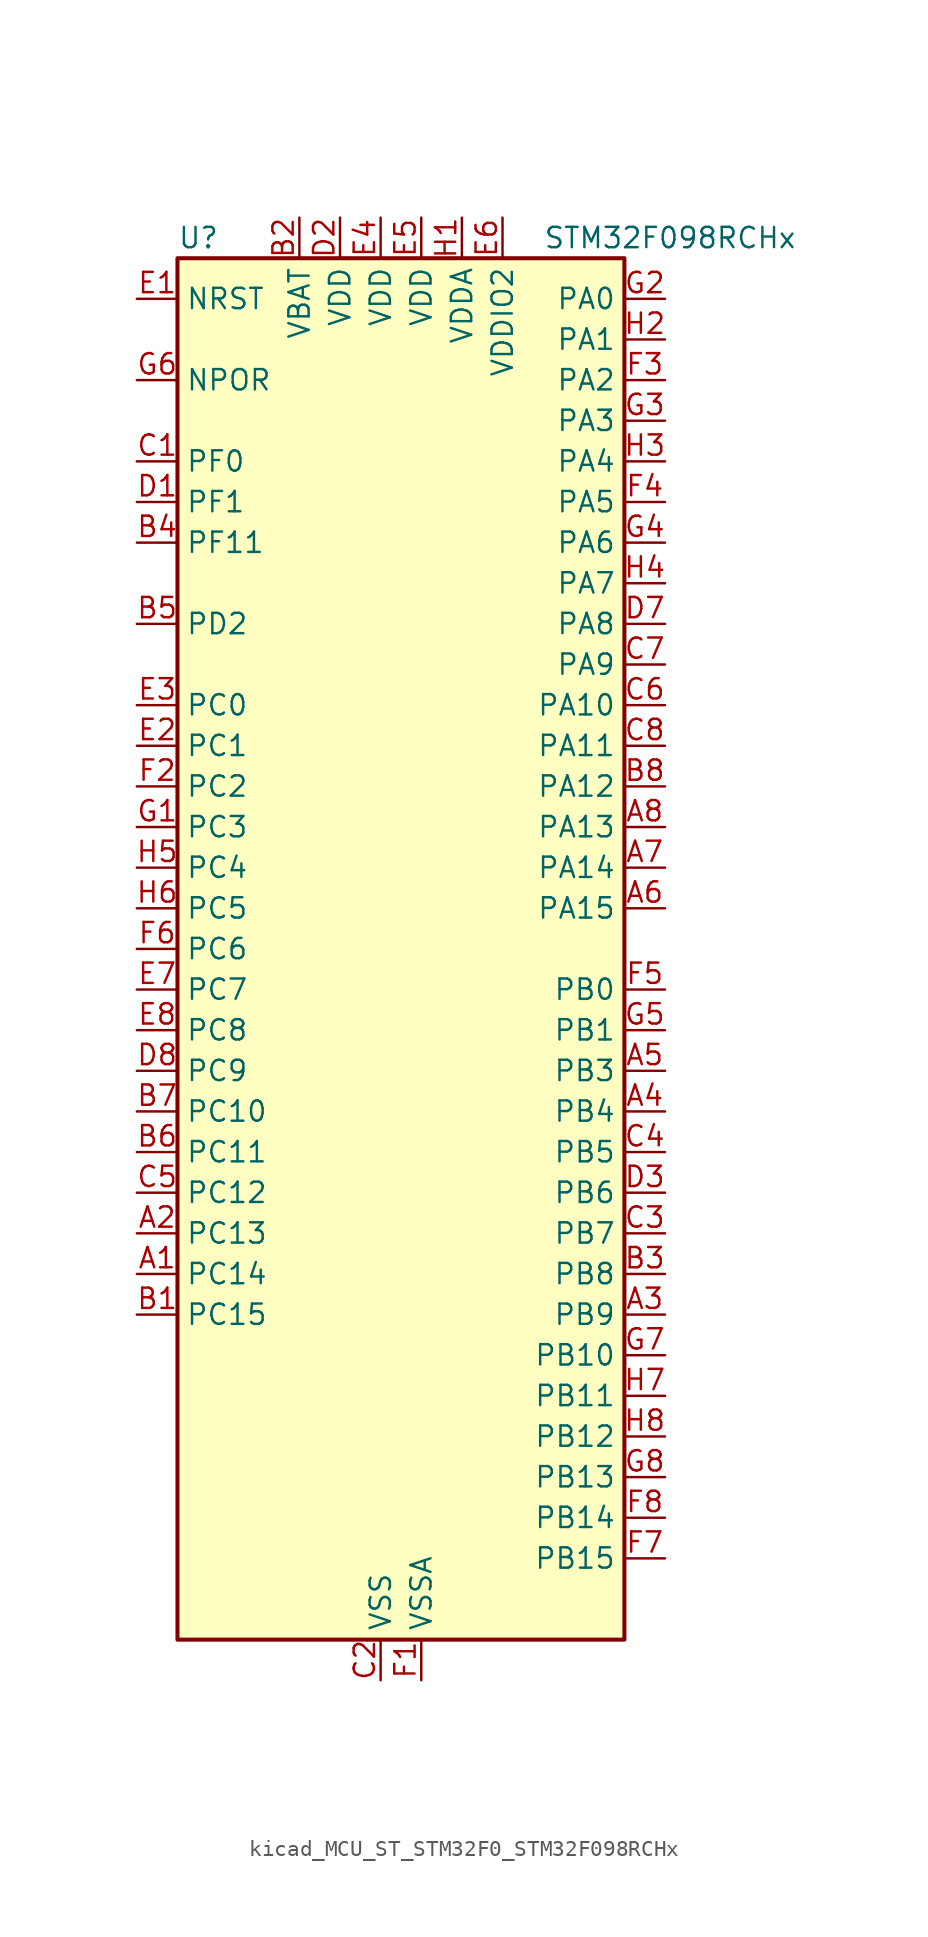
<source format=kicad_sym>
(kicad_symbol_lib
  (version 20220914)
  (generator kicad_symbol_editor)
  (symbol "kicad_MCU_ST_STM32F0_STM32F098RCHx"
    (property "Reference" "U"
      (at -12.7 44.45 0)
      (effects (font (size 1.27 1.27)) (justify left)))
    (property "Value" "STM32F098RCHx"
      (at 10.16 44.45 0)
      (effects (font (size 1.27 1.27)) (justify left)))
    (property "ki_locked" ""
      (at 0 0 0)
      (effects (font (size 1.27 1.27))))
    (symbol "kicad_MCU_ST_STM32F0_STM32F098RCHx_0_1"
      (rectangle (start -12.7 -43.18) (end 15.24 43.18) (stroke (width 0.254) (type default)) (fill (type background))))
    (symbol "kicad_MCU_ST_STM32F0_STM32F098RCHx_1_1"
      (pin bidirectional line (at -15.24 -20.32 0) (length 2.54) (name "PC14" (effects (font (size 1.27 1.27)))) (number "A1" (effects (font (size 1.27 1.27)))) (alternate "RCC_OSC32_IN" bidirectional line))
      (pin bidirectional line (at -15.24 -17.78 0) (length 2.54) (name "PC13" (effects (font (size 1.27 1.27)))) (number "A2" (effects (font (size 1.27 1.27)))) (alternate "RTC_OUT_ALARM" bidirectional line) (alternate "RTC_OUT_CALIB" bidirectional line) (alternate "RTC_TAMP1" bidirectional line) (alternate "RTC_TS" bidirectional line) (alternate "SYS_WKUP2" bidirectional line))
      (pin bidirectional line (at 17.78 -22.86 180) (length 2.54) (name "PB9" (effects (font (size 1.27 1.27)))) (number "A3" (effects (font (size 1.27 1.27)))) (alternate "CAN_TX" bidirectional line) (alternate "DAC_EXTI9" bidirectional line) (alternate "I2C1_SDA" bidirectional line) (alternate "I2S2_WS" bidirectional line) (alternate "IR_OUT" bidirectional line) (alternate "SPI2_NSS" bidirectional line) (alternate "TIM17_CH1" bidirectional line))
      (pin bidirectional line (at 17.78 -10.16 180) (length 2.54) (name "PB4" (effects (font (size 1.27 1.27)))) (number "A4" (effects (font (size 1.27 1.27)))) (alternate "I2S1_MCK" bidirectional line) (alternate "SPI1_MISO" bidirectional line) (alternate "TIM17_BKIN" bidirectional line) (alternate "TIM3_CH1" bidirectional line) (alternate "TSC_G5_IO2" bidirectional line) (alternate "USART5_RX" bidirectional line))
      (pin bidirectional line (at 17.78 -7.62 180) (length 2.54) (name "PB3" (effects (font (size 1.27 1.27)))) (number "A5" (effects (font (size 1.27 1.27)))) (alternate "I2S1_CK" bidirectional line) (alternate "SPI1_SCK" bidirectional line) (alternate "TIM2_CH2" bidirectional line) (alternate "TSC_G5_IO1" bidirectional line) (alternate "USART5_TX" bidirectional line))
      (pin bidirectional line (at 17.78 2.54 180) (length 2.54) (name "PA15" (effects (font (size 1.27 1.27)))) (number "A6" (effects (font (size 1.27 1.27)))) (alternate "I2S1_WS" bidirectional line) (alternate "SPI1_NSS" bidirectional line) (alternate "TIM2_CH1" bidirectional line) (alternate "TIM2_ETR" bidirectional line) (alternate "USART2_RX" bidirectional line) (alternate "USART4_DE" bidirectional line) (alternate "USART4_RTS" bidirectional line))
      (pin bidirectional line (at 17.78 5.08 180) (length 2.54) (name "PA14" (effects (font (size 1.27 1.27)))) (number "A7" (effects (font (size 1.27 1.27)))) (alternate "SYS_SWCLK" bidirectional line) (alternate "USART2_TX" bidirectional line))
      (pin bidirectional line (at 17.78 7.62 180) (length 2.54) (name "PA13" (effects (font (size 1.27 1.27)))) (number "A8" (effects (font (size 1.27 1.27)))) (alternate "IR_OUT" bidirectional line) (alternate "SYS_SWDIO" bidirectional line))
      (pin bidirectional line (at -15.24 -22.86 0) (length 2.54) (name "PC15" (effects (font (size 1.27 1.27)))) (number "B1" (effects (font (size 1.27 1.27)))) (alternate "RCC_OSC32_OUT" bidirectional line))
      (pin power_in line (at -5.08 45.72 270) (length 2.54) (name "VBAT" (effects (font (size 1.27 1.27)))) (number "B2" (effects (font (size 1.27 1.27)))))
      (pin bidirectional line (at 17.78 -20.32 180) (length 2.54) (name "PB8" (effects (font (size 1.27 1.27)))) (number "B3" (effects (font (size 1.27 1.27)))) (alternate "CAN_RX" bidirectional line) (alternate "CEC" bidirectional line) (alternate "I2C1_SCL" bidirectional line) (alternate "TIM16_CH1" bidirectional line) (alternate "TSC_SYNC" bidirectional line))
      (pin bidirectional line (at -15.24 25.4 0) (length 2.54) (name "PF11" (effects (font (size 1.27 1.27)))) (number "B4" (effects (font (size 1.27 1.27)))))
      (pin bidirectional line (at -15.24 20.32 0) (length 2.54) (name "PD2" (effects (font (size 1.27 1.27)))) (number "B5" (effects (font (size 1.27 1.27)))) (alternate "TIM3_ETR" bidirectional line) (alternate "USART3_DE" bidirectional line) (alternate "USART3_RTS" bidirectional line) (alternate "USART5_RX" bidirectional line))
      (pin bidirectional line (at -15.24 -12.7 0) (length 2.54) (name "PC11" (effects (font (size 1.27 1.27)))) (number "B6" (effects (font (size 1.27 1.27)))) (alternate "USART3_RX" bidirectional line) (alternate "USART4_RX" bidirectional line))
      (pin bidirectional line (at -15.24 -10.16 0) (length 2.54) (name "PC10" (effects (font (size 1.27 1.27)))) (number "B7" (effects (font (size 1.27 1.27)))) (alternate "USART3_TX" bidirectional line) (alternate "USART4_TX" bidirectional line))
      (pin bidirectional line (at 17.78 10.16 180) (length 2.54) (name "PA12" (effects (font (size 1.27 1.27)))) (number "B8" (effects (font (size 1.27 1.27)))) (alternate "CAN_TX" bidirectional line) (alternate "COMP2_OUT" bidirectional line) (alternate "I2C2_SDA" bidirectional line) (alternate "TIM1_ETR" bidirectional line) (alternate "TSC_G4_IO4" bidirectional line) (alternate "USART1_DE" bidirectional line) (alternate "USART1_RTS" bidirectional line))
      (pin bidirectional line (at -15.24 30.48 0) (length 2.54) (name "PF0" (effects (font (size 1.27 1.27)))) (number "C1" (effects (font (size 1.27 1.27)))) (alternate "CRS_SYNC" bidirectional line) (alternate "I2C1_SDA" bidirectional line) (alternate "RCC_OSC_IN" bidirectional line))
      (pin power_in line (at 0 -45.72 90) (length 2.54) (name "VSS" (effects (font (size 1.27 1.27)))) (number "C2" (effects (font (size 1.27 1.27)))))
      (pin bidirectional line (at 17.78 -17.78 180) (length 2.54) (name "PB7" (effects (font (size 1.27 1.27)))) (number "C3" (effects (font (size 1.27 1.27)))) (alternate "I2C1_SDA" bidirectional line) (alternate "TIM17_CH1N" bidirectional line) (alternate "TSC_G5_IO4" bidirectional line) (alternate "USART1_RX" bidirectional line) (alternate "USART4_CTS" bidirectional line))
      (pin bidirectional line (at 17.78 -12.7 180) (length 2.54) (name "PB5" (effects (font (size 1.27 1.27)))) (number "C4" (effects (font (size 1.27 1.27)))) (alternate "I2C1_SMBA" bidirectional line) (alternate "I2S1_SD" bidirectional line) (alternate "SPI1_MOSI" bidirectional line) (alternate "SYS_WKUP6" bidirectional line) (alternate "TIM16_BKIN" bidirectional line) (alternate "TIM3_CH2" bidirectional line) (alternate "USART5_CK" bidirectional line) (alternate "USART5_DE" bidirectional line) (alternate "USART5_RTS" bidirectional line))
      (pin bidirectional line (at -15.24 -15.24 0) (length 2.54) (name "PC12" (effects (font (size 1.27 1.27)))) (number "C5" (effects (font (size 1.27 1.27)))) (alternate "USART3_CK" bidirectional line) (alternate "USART4_CK" bidirectional line) (alternate "USART5_TX" bidirectional line))
      (pin bidirectional line (at 17.78 15.24 180) (length 2.54) (name "PA10" (effects (font (size 1.27 1.27)))) (number "C6" (effects (font (size 1.27 1.27)))) (alternate "I2C1_SDA" bidirectional line) (alternate "TIM17_BKIN" bidirectional line) (alternate "TIM1_CH3" bidirectional line) (alternate "TSC_G4_IO2" bidirectional line) (alternate "USART1_RX" bidirectional line))
      (pin bidirectional line (at 17.78 17.78 180) (length 2.54) (name "PA9" (effects (font (size 1.27 1.27)))) (number "C7" (effects (font (size 1.27 1.27)))) (alternate "DAC_EXTI9" bidirectional line) (alternate "I2C1_SCL" bidirectional line) (alternate "RCC_MCO" bidirectional line) (alternate "TIM15_BKIN" bidirectional line) (alternate "TIM1_CH2" bidirectional line) (alternate "TSC_G4_IO1" bidirectional line) (alternate "USART1_TX" bidirectional line))
      (pin bidirectional line (at 17.78 12.7 180) (length 2.54) (name "PA11" (effects (font (size 1.27 1.27)))) (number "C8" (effects (font (size 1.27 1.27)))) (alternate "CAN_RX" bidirectional line) (alternate "COMP1_OUT" bidirectional line) (alternate "I2C2_SCL" bidirectional line) (alternate "TIM1_CH4" bidirectional line) (alternate "TSC_G4_IO3" bidirectional line) (alternate "USART1_CTS" bidirectional line))
      (pin bidirectional line (at -15.24 27.94 0) (length 2.54) (name "PF1" (effects (font (size 1.27 1.27)))) (number "D1" (effects (font (size 1.27 1.27)))) (alternate "I2C1_SCL" bidirectional line) (alternate "RCC_OSC_OUT" bidirectional line))
      (pin power_in line (at -2.54 45.72 270) (length 2.54) (name "VDD" (effects (font (size 1.27 1.27)))) (number "D2" (effects (font (size 1.27 1.27)))))
      (pin bidirectional line (at 17.78 -15.24 180) (length 2.54) (name "PB6" (effects (font (size 1.27 1.27)))) (number "D3" (effects (font (size 1.27 1.27)))) (alternate "I2C1_SCL" bidirectional line) (alternate "TIM16_CH1N" bidirectional line) (alternate "TSC_G5_IO3" bidirectional line) (alternate "USART1_TX" bidirectional line))
      (pin passive line (at 0 -45.72 90) (length 2.54) hide (name "VSS" (effects (font (size 1.27 1.27)))) (number "D4" (effects (font (size 1.27 1.27)))))
      (pin passive line (at 0 -45.72 90) (length 2.54) hide (name "VSS" (effects (font (size 1.27 1.27)))) (number "D5" (effects (font (size 1.27 1.27)))))
      (pin passive line (at 0 -45.72 90) (length 2.54) hide (name "VSS" (effects (font (size 1.27 1.27)))) (number "D6" (effects (font (size 1.27 1.27)))))
      (pin bidirectional line (at 17.78 20.32 180) (length 2.54) (name "PA8" (effects (font (size 1.27 1.27)))) (number "D7" (effects (font (size 1.27 1.27)))) (alternate "CRS_SYNC" bidirectional line) (alternate "RCC_MCO" bidirectional line) (alternate "TIM1_CH1" bidirectional line) (alternate "USART1_CK" bidirectional line))
      (pin bidirectional line (at -15.24 -7.62 0) (length 2.54) (name "PC9" (effects (font (size 1.27 1.27)))) (number "D8" (effects (font (size 1.27 1.27)))) (alternate "DAC_EXTI9" bidirectional line) (alternate "TIM3_CH4" bidirectional line) (alternate "USART8_RX" bidirectional line))
      (pin input line (at -15.24 40.64 0) (length 2.54) (name "NRST" (effects (font (size 1.27 1.27)))) (number "E1" (effects (font (size 1.27 1.27)))))
      (pin bidirectional line (at -15.24 12.7 0) (length 2.54) (name "PC1" (effects (font (size 1.27 1.27)))) (number "E2" (effects (font (size 1.27 1.27)))) (alternate "ADC_IN11" bidirectional line) (alternate "USART6_RX" bidirectional line) (alternate "USART7_RX" bidirectional line))
      (pin bidirectional line (at -15.24 15.24 0) (length 2.54) (name "PC0" (effects (font (size 1.27 1.27)))) (number "E3" (effects (font (size 1.27 1.27)))) (alternate "ADC_IN10" bidirectional line) (alternate "USART6_TX" bidirectional line) (alternate "USART7_TX" bidirectional line))
      (pin power_in line (at 0 45.72 270) (length 2.54) (name "VDD" (effects (font (size 1.27 1.27)))) (number "E4" (effects (font (size 1.27 1.27)))))
      (pin power_in line (at 2.54 45.72 270) (length 2.54) (name "VDD" (effects (font (size 1.27 1.27)))) (number "E5" (effects (font (size 1.27 1.27)))))
      (pin power_in line (at 7.62 45.72 270) (length 2.54) (name "VDDIO2" (effects (font (size 1.27 1.27)))) (number "E6" (effects (font (size 1.27 1.27)))))
      (pin bidirectional line (at -15.24 -2.54 0) (length 2.54) (name "PC7" (effects (font (size 1.27 1.27)))) (number "E7" (effects (font (size 1.27 1.27)))) (alternate "TIM3_CH2" bidirectional line) (alternate "USART7_RX" bidirectional line))
      (pin bidirectional line (at -15.24 -5.08 0) (length 2.54) (name "PC8" (effects (font (size 1.27 1.27)))) (number "E8" (effects (font (size 1.27 1.27)))) (alternate "TIM3_CH3" bidirectional line) (alternate "USART8_TX" bidirectional line))
      (pin power_in line (at 2.54 -45.72 90) (length 2.54) (name "VSSA" (effects (font (size 1.27 1.27)))) (number "F1" (effects (font (size 1.27 1.27)))))
      (pin bidirectional line (at -15.24 10.16 0) (length 2.54) (name "PC2" (effects (font (size 1.27 1.27)))) (number "F2" (effects (font (size 1.27 1.27)))) (alternate "ADC_IN12" bidirectional line) (alternate "I2S2_MCK" bidirectional line) (alternate "SPI2_MISO" bidirectional line) (alternate "USART8_TX" bidirectional line))
      (pin bidirectional line (at 17.78 35.56 180) (length 2.54) (name "PA2" (effects (font (size 1.27 1.27)))) (number "F3" (effects (font (size 1.27 1.27)))) (alternate "ADC_IN2" bidirectional line) (alternate "COMP2_INM" bidirectional line) (alternate "COMP2_OUT" bidirectional line) (alternate "SYS_WKUP4" bidirectional line) (alternate "TIM15_CH1" bidirectional line) (alternate "TIM2_CH3" bidirectional line) (alternate "TSC_G1_IO3" bidirectional line) (alternate "USART2_TX" bidirectional line))
      (pin bidirectional line (at 17.78 27.94 180) (length 2.54) (name "PA5" (effects (font (size 1.27 1.27)))) (number "F4" (effects (font (size 1.27 1.27)))) (alternate "ADC_IN5" bidirectional line) (alternate "CEC" bidirectional line) (alternate "COMP1_INM" bidirectional line) (alternate "COMP2_INM" bidirectional line) (alternate "DAC_OUT2" bidirectional line) (alternate "I2S1_CK" bidirectional line) (alternate "SPI1_SCK" bidirectional line) (alternate "TIM2_CH1" bidirectional line) (alternate "TIM2_ETR" bidirectional line) (alternate "TSC_G2_IO2" bidirectional line) (alternate "USART6_RX" bidirectional line))
      (pin bidirectional line (at 17.78 -2.54 180) (length 2.54) (name "PB0" (effects (font (size 1.27 1.27)))) (number "F5" (effects (font (size 1.27 1.27)))) (alternate "ADC_IN8" bidirectional line) (alternate "TIM1_CH2N" bidirectional line) (alternate "TIM3_CH3" bidirectional line) (alternate "TSC_G3_IO2" bidirectional line) (alternate "USART3_CK" bidirectional line))
      (pin bidirectional line (at -15.24 0 0) (length 2.54) (name "PC6" (effects (font (size 1.27 1.27)))) (number "F6" (effects (font (size 1.27 1.27)))) (alternate "TIM3_CH1" bidirectional line) (alternate "USART7_TX" bidirectional line))
      (pin bidirectional line (at 17.78 -38.1 180) (length 2.54) (name "PB15" (effects (font (size 1.27 1.27)))) (number "F7" (effects (font (size 1.27 1.27)))) (alternate "I2S2_SD" bidirectional line) (alternate "RTC_REFIN" bidirectional line) (alternate "SPI2_MOSI" bidirectional line) (alternate "SYS_WKUP7" bidirectional line) (alternate "TIM15_CH1N" bidirectional line) (alternate "TIM15_CH2" bidirectional line) (alternate "TIM1_CH3N" bidirectional line))
      (pin bidirectional line (at 17.78 -35.56 180) (length 2.54) (name "PB14" (effects (font (size 1.27 1.27)))) (number "F8" (effects (font (size 1.27 1.27)))) (alternate "I2C2_SDA" bidirectional line) (alternate "I2S2_MCK" bidirectional line) (alternate "SPI2_MISO" bidirectional line) (alternate "TIM15_CH1" bidirectional line) (alternate "TIM1_CH2N" bidirectional line) (alternate "TSC_G6_IO4" bidirectional line) (alternate "USART3_DE" bidirectional line) (alternate "USART3_RTS" bidirectional line))
      (pin bidirectional line (at -15.24 7.62 0) (length 2.54) (name "PC3" (effects (font (size 1.27 1.27)))) (number "G1" (effects (font (size 1.27 1.27)))) (alternate "ADC_IN13" bidirectional line) (alternate "I2S2_SD" bidirectional line) (alternate "SPI2_MOSI" bidirectional line) (alternate "USART8_RX" bidirectional line))
      (pin bidirectional line (at 17.78 40.64 180) (length 2.54) (name "PA0" (effects (font (size 1.27 1.27)))) (number "G2" (effects (font (size 1.27 1.27)))) (alternate "ADC_IN0" bidirectional line) (alternate "COMP1_INM" bidirectional line) (alternate "COMP1_OUT" bidirectional line) (alternate "RTC_TAMP2" bidirectional line) (alternate "SYS_WKUP1" bidirectional line) (alternate "TIM2_CH1" bidirectional line) (alternate "TIM2_ETR" bidirectional line) (alternate "TSC_G1_IO1" bidirectional line) (alternate "USART2_CTS" bidirectional line) (alternate "USART4_TX" bidirectional line))
      (pin bidirectional line (at 17.78 33.02 180) (length 2.54) (name "PA3" (effects (font (size 1.27 1.27)))) (number "G3" (effects (font (size 1.27 1.27)))) (alternate "ADC_IN3" bidirectional line) (alternate "COMP2_INP" bidirectional line) (alternate "TIM15_CH2" bidirectional line) (alternate "TIM2_CH4" bidirectional line) (alternate "TSC_G1_IO4" bidirectional line) (alternate "USART2_RX" bidirectional line))
      (pin bidirectional line (at 17.78 25.4 180) (length 2.54) (name "PA6" (effects (font (size 1.27 1.27)))) (number "G4" (effects (font (size 1.27 1.27)))) (alternate "ADC_IN6" bidirectional line) (alternate "COMP1_OUT" bidirectional line) (alternate "I2S1_MCK" bidirectional line) (alternate "SPI1_MISO" bidirectional line) (alternate "TIM16_CH1" bidirectional line) (alternate "TIM1_BKIN" bidirectional line) (alternate "TIM3_CH1" bidirectional line) (alternate "TSC_G2_IO3" bidirectional line) (alternate "USART3_CTS" bidirectional line))
      (pin bidirectional line (at 17.78 -5.08 180) (length 2.54) (name "PB1" (effects (font (size 1.27 1.27)))) (number "G5" (effects (font (size 1.27 1.27)))) (alternate "ADC_IN9" bidirectional line) (alternate "TIM14_CH1" bidirectional line) (alternate "TIM1_CH3N" bidirectional line) (alternate "TIM3_CH4" bidirectional line) (alternate "TSC_G3_IO3" bidirectional line) (alternate "USART3_DE" bidirectional line) (alternate "USART3_RTS" bidirectional line))
      (pin input line (at -15.24 35.56 0) (length 2.54) (name "NPOR" (effects (font (size 1.27 1.27)))) (number "G6" (effects (font (size 1.27 1.27)))))
      (pin bidirectional line (at 17.78 -25.4 180) (length 2.54) (name "PB10" (effects (font (size 1.27 1.27)))) (number "G7" (effects (font (size 1.27 1.27)))) (alternate "CEC" bidirectional line) (alternate "I2C2_SCL" bidirectional line) (alternate "I2S2_CK" bidirectional line) (alternate "SPI2_SCK" bidirectional line) (alternate "TIM2_CH3" bidirectional line) (alternate "TSC_SYNC" bidirectional line) (alternate "USART3_TX" bidirectional line))
      (pin bidirectional line (at 17.78 -33.02 180) (length 2.54) (name "PB13" (effects (font (size 1.27 1.27)))) (number "G8" (effects (font (size 1.27 1.27)))) (alternate "I2C2_SCL" bidirectional line) (alternate "I2S2_CK" bidirectional line) (alternate "SPI2_SCK" bidirectional line) (alternate "TIM1_CH1N" bidirectional line) (alternate "TSC_G6_IO3" bidirectional line) (alternate "USART3_CTS" bidirectional line))
      (pin power_in line (at 5.08 45.72 270) (length 2.54) (name "VDDA" (effects (font (size 1.27 1.27)))) (number "H1" (effects (font (size 1.27 1.27)))))
      (pin bidirectional line (at 17.78 38.1 180) (length 2.54) (name "PA1" (effects (font (size 1.27 1.27)))) (number "H2" (effects (font (size 1.27 1.27)))) (alternate "ADC_IN1" bidirectional line) (alternate "COMP1_INP" bidirectional line) (alternate "TIM15_CH1N" bidirectional line) (alternate "TIM2_CH2" bidirectional line) (alternate "TSC_G1_IO2" bidirectional line) (alternate "USART2_DE" bidirectional line) (alternate "USART2_RTS" bidirectional line) (alternate "USART4_RX" bidirectional line))
      (pin bidirectional line (at 17.78 30.48 180) (length 2.54) (name "PA4" (effects (font (size 1.27 1.27)))) (number "H3" (effects (font (size 1.27 1.27)))) (alternate "ADC_IN4" bidirectional line) (alternate "COMP1_INM" bidirectional line) (alternate "COMP2_INM" bidirectional line) (alternate "DAC_OUT1" bidirectional line) (alternate "I2S1_WS" bidirectional line) (alternate "SPI1_NSS" bidirectional line) (alternate "TIM14_CH1" bidirectional line) (alternate "TSC_G2_IO1" bidirectional line) (alternate "USART2_CK" bidirectional line) (alternate "USART6_TX" bidirectional line))
      (pin bidirectional line (at 17.78 22.86 180) (length 2.54) (name "PA7" (effects (font (size 1.27 1.27)))) (number "H4" (effects (font (size 1.27 1.27)))) (alternate "ADC_IN7" bidirectional line) (alternate "COMP2_OUT" bidirectional line) (alternate "I2S1_SD" bidirectional line) (alternate "SPI1_MOSI" bidirectional line) (alternate "TIM14_CH1" bidirectional line) (alternate "TIM17_CH1" bidirectional line) (alternate "TIM1_CH1N" bidirectional line) (alternate "TIM3_CH2" bidirectional line) (alternate "TSC_G2_IO4" bidirectional line))
      (pin bidirectional line (at -15.24 5.08 0) (length 2.54) (name "PC4" (effects (font (size 1.27 1.27)))) (number "H5" (effects (font (size 1.27 1.27)))) (alternate "ADC_IN14" bidirectional line) (alternate "USART3_TX" bidirectional line))
      (pin bidirectional line (at -15.24 2.54 0) (length 2.54) (name "PC5" (effects (font (size 1.27 1.27)))) (number "H6" (effects (font (size 1.27 1.27)))) (alternate "ADC_IN15" bidirectional line) (alternate "SYS_WKUP5" bidirectional line) (alternate "TSC_G3_IO1" bidirectional line) (alternate "USART3_RX" bidirectional line))
      (pin bidirectional line (at 17.78 -27.94 180) (length 2.54) (name "PB11" (effects (font (size 1.27 1.27)))) (number "H7" (effects (font (size 1.27 1.27)))) (alternate "I2C2_SDA" bidirectional line) (alternate "TIM2_CH4" bidirectional line) (alternate "TSC_G6_IO1" bidirectional line) (alternate "USART3_RX" bidirectional line))
      (pin bidirectional line (at 17.78 -30.48 180) (length 2.54) (name "PB12" (effects (font (size 1.27 1.27)))) (number "H8" (effects (font (size 1.27 1.27)))) (alternate "I2S2_WS" bidirectional line) (alternate "SPI2_NSS" bidirectional line) (alternate "TIM15_BKIN" bidirectional line) (alternate "TIM1_BKIN" bidirectional line) (alternate "TSC_G6_IO2" bidirectional line) (alternate "USART3_CK" bidirectional line)))))
</source>
